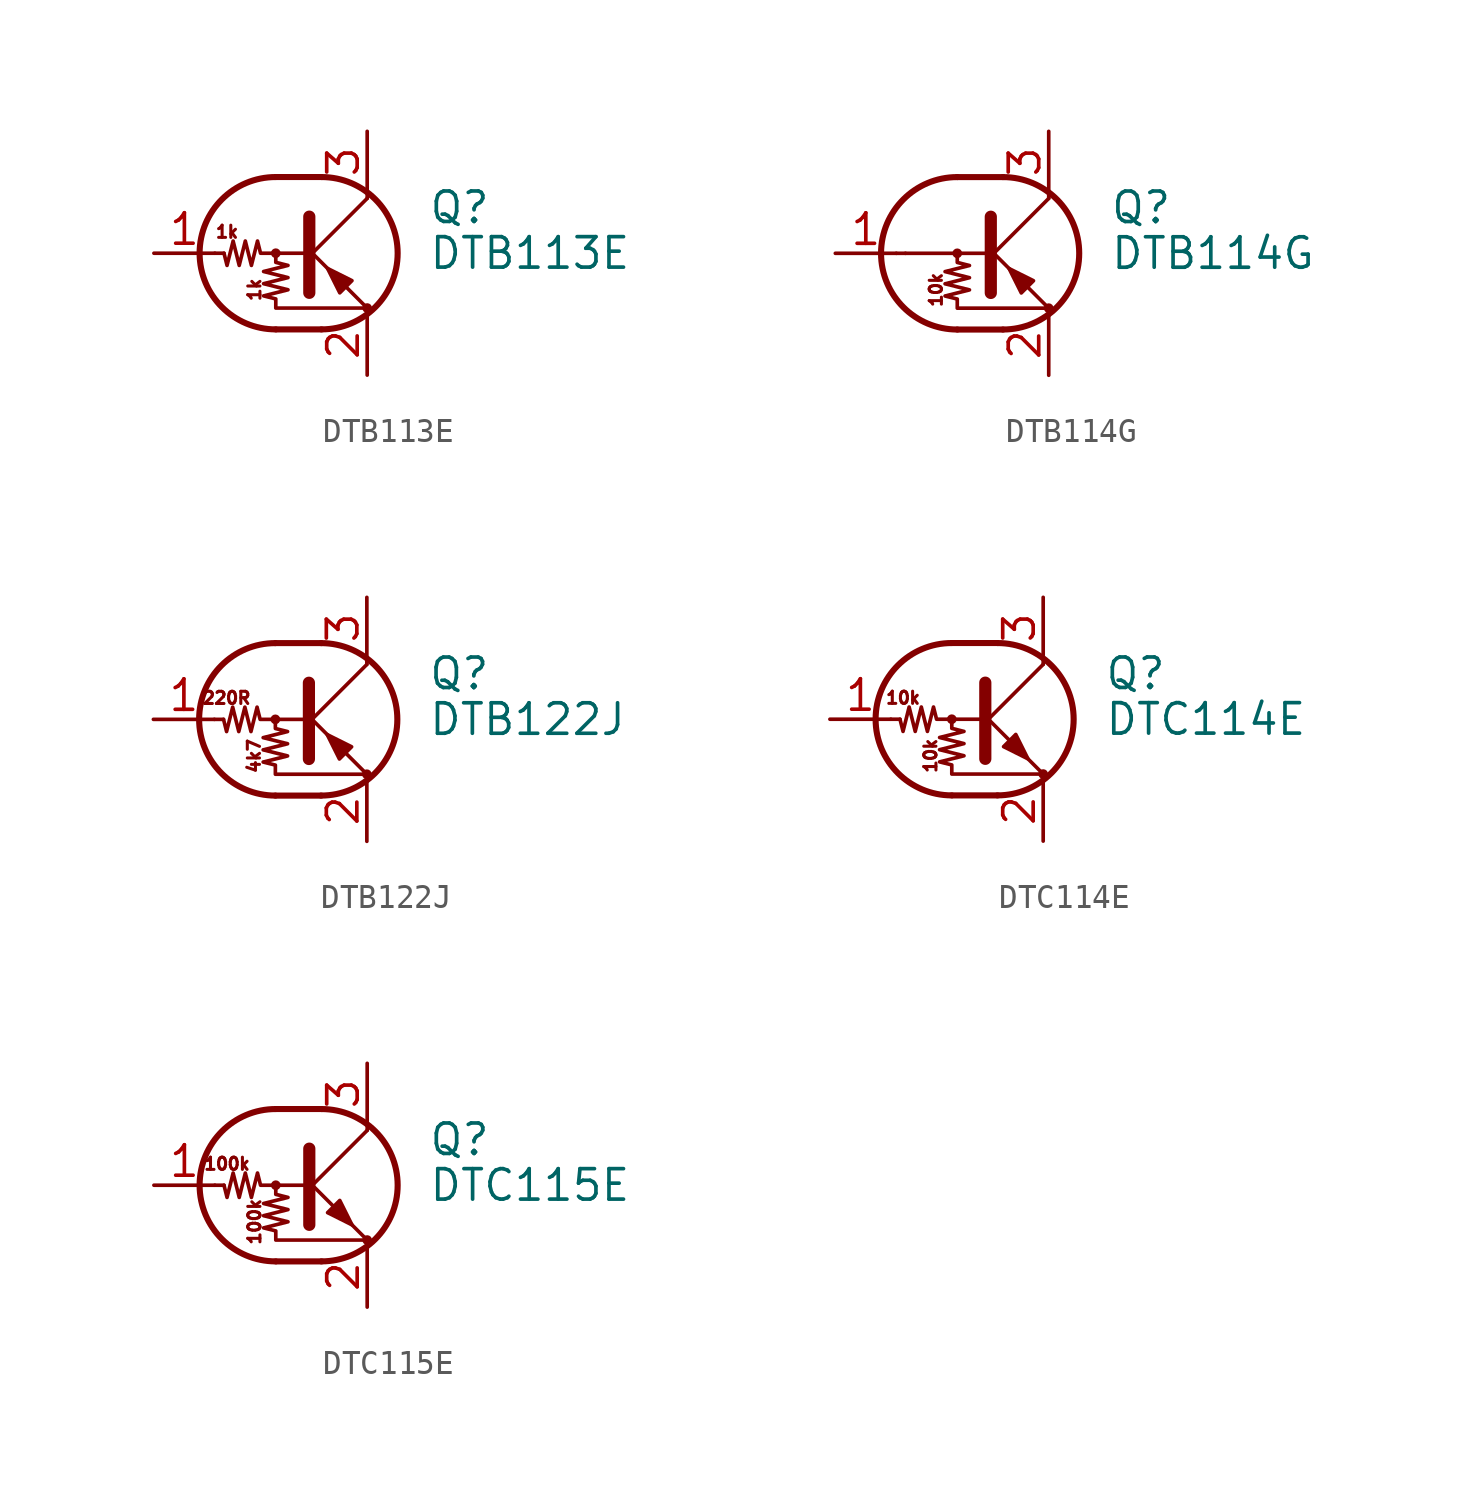
<source format=kicad_sym>
(kicad_symbol_lib
  (version 20200908)
  (generator kicad_symbol_editor)
  (symbol "Transistor_BJT:DTB113E"
    (pin_names
      (offset 0) hide)
    (property "Reference" "Q"
      (at 5.08 1.905 0)
      (effects (font (size 1.27 1.27)) (justify left)))
    (property "Value" "DTB113E"
      (at 5.08 0 0)
      (effects (font (size 1.27 1.27)) (justify left)))
    (symbol "DTB113E_0_1"
      (arc (start -1.27 3.175) (end -1.27 -3.175) (radius (at -1.27 0) (length 3.175) (angles 90.1 -90.1)) (stroke (width 0.254)) (fill (type none)))
      (arc (start 0.635 -3.175) (end 0.635 3.175) (radius (at 0.635 0) (length 3.175) (angles -89.9 89.9)) (stroke (width 0.254)) (fill (type none)))
      (circle (center -1.27 0) (radius 0.127) (stroke (width 0)) (fill (type none)))
      (circle (center 2.54 -2.286) (radius 0.127) (stroke (width 0)) (fill (type none)))
      (polyline (pts (xy -3.429 0) (xy -3.81 0)) (stroke (width 0)) (fill (type none)))
      (polyline (pts (xy -1.27 -3.175) (xy 0.635 -3.175)) (stroke (width 0.254)) (fill (type none)))
      (polyline (pts (xy -1.27 3.175) (xy 0.635 3.175)) (stroke (width 0.254)) (fill (type none)))
      (polyline (pts (xy 0 -0.254) (xy 2.54 2.286)) (stroke (width 0)) (fill (type none)))
      (polyline (pts (xy 0.127 1.524) (xy 0.127 -1.651)) (stroke (width 0.508)) (fill (type outline)))
      (polyline (pts (xy 2.54 2.286) (xy 2.54 2.54)) (stroke (width 0)) (fill (type none)))
      (polyline (pts (xy 2.54 -2.286) (xy 0 0.254) (xy 0 0.254)) (stroke (width 0)) (fill (type none)))
      (polyline (pts (xy 1.397 -1.651) (xy 1.905 -1.143) (xy 0.889 -0.635) (xy 1.397 -1.651)) (stroke (width 0)) (fill (type outline)))
      (polyline (pts (xy 0 0) (xy -1.905 0) (xy -2.032 0.508) (xy -2.286 -0.508) (xy -2.54 0.508) (xy -2.794 -0.508) (xy -3.048 0.508) (xy -3.302 -0.508) (xy -3.429 0)) (stroke (width 0)) (fill (type none)))
      (polyline (pts (xy -1.27 0) (xy -1.27 -0.381) (xy -0.762 -0.508) (xy -1.778 -0.762) (xy -0.762 -1.016) (xy -1.778 -1.27) (xy -0.762 -1.524) (xy -1.778 -1.778) (xy -1.27 -1.905) (xy -1.27 -2.286) (xy 2.54 -2.286)) (stroke (width 0)) (fill (type none))))
    (symbol "DTB113E_0_0"
      (text "1k" (at -3.302 0.889 0) (effects (font (size 0.508 0.508))))
      (text "1k" (at -2.159 -1.524 900) (effects (font (size 0.508 0.508)))))
    (symbol "DTB113E_1_1"
      (pin input line (at -6.35 0 0) (length 2.54) (name "B" (effects (font (size 1.27 1.27)))) (number "1" (effects (font (size 1.27 1.27)))))
      (pin passive line (at 2.54 -5.08 90) (length 2.54) (name "E" (effects (font (size 1.27 1.27)))) (number "2" (effects (font (size 1.27 1.27)))))
      (pin passive line (at 2.54 5.08 270) (length 2.54) (name "C" (effects (font (size 1.27 1.27)))) (number "3" (effects (font (size 1.27 1.27)))))))
  (symbol "Transistor_BJT:DTB114G"
    (pin_names
      (offset 0) hide)
    (property "Reference" "Q"
      (at 5.08 1.905 0)
      (effects (font (size 1.27 1.27)) (justify left)))
    (property "Value" "DTB114G"
      (at 5.08 0 0)
      (effects (font (size 1.27 1.27)) (justify left)))
    (symbol "DTB114G_0_1"
      (arc (start -1.27 3.175) (end -1.27 -3.175) (radius (at -1.27 0) (length 3.175) (angles 90.1 -90.1)) (stroke (width 0.254)) (fill (type none)))
      (arc (start 0.635 -3.175) (end 0.635 3.175) (radius (at 0.635 0) (length 3.175) (angles -89.9 89.9)) (stroke (width 0.254)) (fill (type none)))
      (circle (center -1.27 0) (radius 0.127) (stroke (width 0)) (fill (type none)))
      (circle (center 2.54 -2.286) (radius 0.127) (stroke (width 0)) (fill (type none)))
      (polyline (pts (xy -3.429 0) (xy -3.81 0)) (stroke (width 0)) (fill (type none)))
      (polyline (pts (xy -1.27 -3.175) (xy 0.635 -3.175)) (stroke (width 0.254)) (fill (type none)))
      (polyline (pts (xy -1.27 3.175) (xy 0.635 3.175)) (stroke (width 0.254)) (fill (type none)))
      (polyline (pts (xy 0 -0.254) (xy 2.54 2.286)) (stroke (width 0)) (fill (type none)))
      (polyline (pts (xy 0.127 1.524) (xy 0.127 -1.651)) (stroke (width 0.508)) (fill (type outline)))
      (polyline (pts (xy 2.54 2.286) (xy 2.54 2.54)) (stroke (width 0)) (fill (type none)))
      (polyline (pts (xy 2.54 -2.286) (xy 0 0.254) (xy 0 0.254)) (stroke (width 0)) (fill (type none)))
      (polyline (pts (xy 1.397 -1.651) (xy 1.905 -1.143) (xy 0.889 -0.635) (xy 1.397 -1.651)) (stroke (width 0)) (fill (type outline)))
      (polyline (pts (xy -1.27 0) (xy -1.27 -0.381) (xy -0.762 -0.508) (xy -1.778 -0.762) (xy -0.762 -1.016) (xy -1.778 -1.27) (xy -0.762 -1.524) (xy -1.778 -1.778) (xy -1.27 -1.905) (xy -1.27 -2.286) (xy 2.54 -2.286)) (stroke (width 0)) (fill (type none))))
    (symbol "DTB114G_0_0"
      (text "10k" (at -2.159 -1.524 900) (effects (font (size 0.508 0.508))))
      (polyline (pts (xy -3.429 0) (xy 0 0)) (stroke (width 0)) (fill (type none))))
    (symbol "DTB114G_1_1"
      (pin input line (at -6.35 0 0) (length 2.54) (name "B" (effects (font (size 1.27 1.27)))) (number "1" (effects (font (size 1.27 1.27)))))
      (pin passive line (at 2.54 -5.08 90) (length 2.54) (name "E" (effects (font (size 1.27 1.27)))) (number "2" (effects (font (size 1.27 1.27)))))
      (pin passive line (at 2.54 5.08 270) (length 2.54) (name "C" (effects (font (size 1.27 1.27)))) (number "3" (effects (font (size 1.27 1.27)))))))
  (symbol "Transistor_BJT:DTB122J"
    (pin_names
      (offset 0) hide)
    (property "Reference" "Q"
      (at 5.08 1.905 0)
      (effects (font (size 1.27 1.27)) (justify left)))
    (property "Value" "DTB122J"
      (at 5.08 0 0)
      (effects (font (size 1.27 1.27)) (justify left)))
    (symbol "DTB122J_0_1"
      (arc (start -1.27 3.175) (end -1.27 -3.175) (radius (at -1.27 0) (length 3.175) (angles 90.1 -90.1)) (stroke (width 0.254)) (fill (type none)))
      (arc (start 0.635 -3.175) (end 0.635 3.175) (radius (at 0.635 0) (length 3.175) (angles -89.9 89.9)) (stroke (width 0.254)) (fill (type none)))
      (circle (center -1.27 0) (radius 0.127) (stroke (width 0)) (fill (type none)))
      (circle (center 2.54 -2.286) (radius 0.127) (stroke (width 0)) (fill (type none)))
      (polyline (pts (xy -3.429 0) (xy -3.81 0)) (stroke (width 0)) (fill (type none)))
      (polyline (pts (xy -1.27 -3.175) (xy 0.635 -3.175)) (stroke (width 0.254)) (fill (type none)))
      (polyline (pts (xy -1.27 3.175) (xy 0.635 3.175)) (stroke (width 0.254)) (fill (type none)))
      (polyline (pts (xy 0 -0.254) (xy 2.54 2.286)) (stroke (width 0)) (fill (type none)))
      (polyline (pts (xy 0.127 1.524) (xy 0.127 -1.651)) (stroke (width 0.508)) (fill (type outline)))
      (polyline (pts (xy 2.54 2.286) (xy 2.54 2.54)) (stroke (width 0)) (fill (type none)))
      (polyline (pts (xy 2.54 -2.286) (xy 0 0.254) (xy 0 0.254)) (stroke (width 0)) (fill (type none)))
      (polyline (pts (xy 1.397 -1.651) (xy 1.905 -1.143) (xy 0.889 -0.635) (xy 1.397 -1.651)) (stroke (width 0)) (fill (type outline)))
      (polyline (pts (xy 0 0) (xy -1.905 0) (xy -2.032 0.508) (xy -2.286 -0.508) (xy -2.54 0.508) (xy -2.794 -0.508) (xy -3.048 0.508) (xy -3.302 -0.508) (xy -3.429 0)) (stroke (width 0)) (fill (type none)))
      (polyline (pts (xy -1.27 0) (xy -1.27 -0.381) (xy -0.762 -0.508) (xy -1.778 -0.762) (xy -0.762 -1.016) (xy -1.778 -1.27) (xy -0.762 -1.524) (xy -1.778 -1.778) (xy -1.27 -1.905) (xy -1.27 -2.286) (xy 2.54 -2.286)) (stroke (width 0)) (fill (type none))))
    (symbol "DTB122J_0_0"
      (text "220R" (at -3.302 0.889 0) (effects (font (size 0.508 0.508))))
      (text "4k7" (at -2.159 -1.524 900) (effects (font (size 0.508 0.508)))))
    (symbol "DTB122J_1_1"
      (pin input line (at -6.35 0 0) (length 2.54) (name "B" (effects (font (size 1.27 1.27)))) (number "1" (effects (font (size 1.27 1.27)))))
      (pin passive line (at 2.54 -5.08 90) (length 2.54) (name "E" (effects (font (size 1.27 1.27)))) (number "2" (effects (font (size 1.27 1.27)))))
      (pin passive line (at 2.54 5.08 270) (length 2.54) (name "C" (effects (font (size 1.27 1.27)))) (number "3" (effects (font (size 1.27 1.27)))))))
  (symbol "Transistor_BJT:DTC114E"
    (pin_names
      (offset 0) hide)
    (property "Reference" "Q"
      (at 5.08 1.905 0)
      (effects (font (size 1.27 1.27)) (justify left)))
    (property "Value" "DTC114E"
      (at 5.08 0 0)
      (effects (font (size 1.27 1.27)) (justify left)))
    (symbol "DTC114E_0_1"
      (arc (start -1.27 3.175) (end -1.27 -3.175) (radius (at -1.27 0) (length 3.175) (angles 90.1 -90.1)) (stroke (width 0.254)) (fill (type none)))
      (arc (start 0.635 -3.175) (end 0.635 3.175) (radius (at 0.635 0) (length 3.175) (angles -89.9 89.9)) (stroke (width 0.254)) (fill (type none)))
      (circle (center -1.27 0) (radius 0.127) (stroke (width 0)) (fill (type none)))
      (circle (center 2.54 -2.286) (radius 0.127) (stroke (width 0)) (fill (type none)))
      (polyline (pts (xy -3.429 0) (xy -3.81 0)) (stroke (width 0)) (fill (type none)))
      (polyline (pts (xy -1.27 -3.175) (xy 0.635 -3.175)) (stroke (width 0.254)) (fill (type none)))
      (polyline (pts (xy -1.27 3.175) (xy 0.635 3.175)) (stroke (width 0.254)) (fill (type none)))
      (polyline (pts (xy 0 -0.254) (xy 2.54 2.286)) (stroke (width 0)) (fill (type none)))
      (polyline (pts (xy 0.127 1.524) (xy 0.127 -1.651)) (stroke (width 0.508)) (fill (type outline)))
      (polyline (pts (xy 2.54 2.286) (xy 2.54 2.54)) (stroke (width 0)) (fill (type none)))
      (polyline (pts (xy 2.54 -2.286) (xy 0 0.254) (xy 0 0.254)) (stroke (width 0)) (fill (type none)))
      (polyline (pts (xy 0.889 -1.143) (xy 1.397 -0.635) (xy 1.905 -1.651) (xy 0.889 -1.143)) (stroke (width 0)) (fill (type outline)))
      (polyline (pts (xy 0 0) (xy -1.905 0) (xy -2.032 0.508) (xy -2.286 -0.508) (xy -2.54 0.508) (xy -2.794 -0.508) (xy -3.048 0.508) (xy -3.302 -0.508) (xy -3.429 0)) (stroke (width 0)) (fill (type none)))
      (polyline (pts (xy -1.27 0) (xy -1.27 -0.381) (xy -0.762 -0.508) (xy -1.778 -0.762) (xy -0.762 -1.016) (xy -1.778 -1.27) (xy -0.762 -1.524) (xy -1.778 -1.778) (xy -1.27 -1.905) (xy -1.27 -2.286) (xy 2.54 -2.286)) (stroke (width 0)) (fill (type none))))
    (symbol "DTC114E_0_0"
      (text "10k" (at -3.302 0.889 0) (effects (font (size 0.508 0.508))))
      (text "10k" (at -2.159 -1.524 900) (effects (font (size 0.508 0.508)))))
    (symbol "DTC114E_1_1"
      (pin input line (at -6.35 0 0) (length 2.54) (name "B" (effects (font (size 1.27 1.27)))) (number "1" (effects (font (size 1.27 1.27)))))
      (pin passive line (at 2.54 -5.08 90) (length 2.54) (name "E" (effects (font (size 1.27 1.27)))) (number "2" (effects (font (size 1.27 1.27)))))
      (pin passive line (at 2.54 5.08 270) (length 2.54) (name "C" (effects (font (size 1.27 1.27)))) (number "3" (effects (font (size 1.27 1.27)))))))
  (symbol "Transistor_BJT:DTC115E"
    (pin_names
      (offset 0) hide)
    (property "Reference" "Q"
      (at 5.08 1.905 0)
      (effects (font (size 1.27 1.27)) (justify left)))
    (property "Value" "DTC115E"
      (at 5.08 0 0)
      (effects (font (size 1.27 1.27)) (justify left)))
    (symbol "DTC115E_0_1"
      (arc (start -1.27 3.175) (end -1.27 -3.175) (radius (at -1.27 0) (length 3.175) (angles 90.1 -90.1)) (stroke (width 0.254)) (fill (type none)))
      (arc (start 0.635 -3.175) (end 0.635 3.175) (radius (at 0.635 0) (length 3.175) (angles -89.9 89.9)) (stroke (width 0.254)) (fill (type none)))
      (circle (center -1.27 0) (radius 0.127) (stroke (width 0)) (fill (type none)))
      (circle (center 2.54 -2.286) (radius 0.127) (stroke (width 0)) (fill (type none)))
      (polyline (pts (xy -3.429 0) (xy -3.81 0)) (stroke (width 0)) (fill (type none)))
      (polyline (pts (xy -1.27 -3.175) (xy 0.635 -3.175)) (stroke (width 0.254)) (fill (type none)))
      (polyline (pts (xy -1.27 3.175) (xy 0.635 3.175)) (stroke (width 0.254)) (fill (type none)))
      (polyline (pts (xy 0 -0.254) (xy 2.54 2.286)) (stroke (width 0)) (fill (type none)))
      (polyline (pts (xy 0.127 1.524) (xy 0.127 -1.651)) (stroke (width 0.508)) (fill (type outline)))
      (polyline (pts (xy 2.54 2.286) (xy 2.54 2.54)) (stroke (width 0)) (fill (type none)))
      (polyline (pts (xy 2.54 -2.286) (xy 0 0.254) (xy 0 0.254)) (stroke (width 0)) (fill (type none)))
      (polyline (pts (xy 0.889 -1.143) (xy 1.397 -0.635) (xy 1.905 -1.651) (xy 0.889 -1.143)) (stroke (width 0)) (fill (type outline)))
      (polyline (pts (xy 0 0) (xy -1.905 0) (xy -2.032 0.508) (xy -2.286 -0.508) (xy -2.54 0.508) (xy -2.794 -0.508) (xy -3.048 0.508) (xy -3.302 -0.508) (xy -3.429 0)) (stroke (width 0)) (fill (type none)))
      (polyline (pts (xy -1.27 0) (xy -1.27 -0.381) (xy -0.762 -0.508) (xy -1.778 -0.762) (xy -0.762 -1.016) (xy -1.778 -1.27) (xy -0.762 -1.524) (xy -1.778 -1.778) (xy -1.27 -1.905) (xy -1.27 -2.286) (xy 2.54 -2.286)) (stroke (width 0)) (fill (type none))))
    (symbol "DTC115E_0_0"
      (text "100k" (at -3.302 0.889 0) (effects (font (size 0.508 0.508))))
      (text "100k" (at -2.159 -1.524 900) (effects (font (size 0.508 0.508)))))
    (symbol "DTC115E_1_1"
      (pin input line (at -6.35 0 0) (length 2.54) (name "B" (effects (font (size 1.27 1.27)))) (number "1" (effects (font (size 1.27 1.27)))))
      (pin passive line (at 2.54 -5.08 90) (length 2.54) (name "E" (effects (font (size 1.27 1.27)))) (number "2" (effects (font (size 1.27 1.27)))))
      (pin passive line (at 2.54 5.08 270) (length 2.54) (name "C" (effects (font (size 1.27 1.27)))) (number "3" (effects (font (size 1.27 1.27))))))))
</source>
